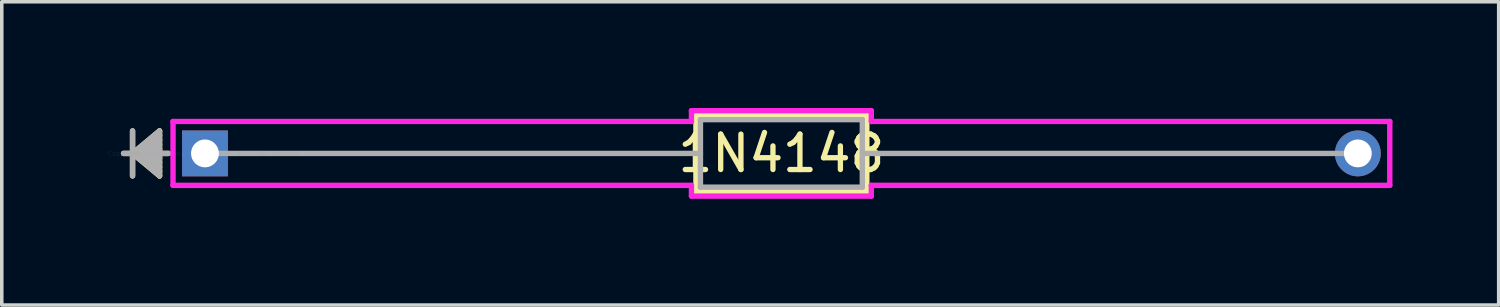
<source format=kicad_pcb>
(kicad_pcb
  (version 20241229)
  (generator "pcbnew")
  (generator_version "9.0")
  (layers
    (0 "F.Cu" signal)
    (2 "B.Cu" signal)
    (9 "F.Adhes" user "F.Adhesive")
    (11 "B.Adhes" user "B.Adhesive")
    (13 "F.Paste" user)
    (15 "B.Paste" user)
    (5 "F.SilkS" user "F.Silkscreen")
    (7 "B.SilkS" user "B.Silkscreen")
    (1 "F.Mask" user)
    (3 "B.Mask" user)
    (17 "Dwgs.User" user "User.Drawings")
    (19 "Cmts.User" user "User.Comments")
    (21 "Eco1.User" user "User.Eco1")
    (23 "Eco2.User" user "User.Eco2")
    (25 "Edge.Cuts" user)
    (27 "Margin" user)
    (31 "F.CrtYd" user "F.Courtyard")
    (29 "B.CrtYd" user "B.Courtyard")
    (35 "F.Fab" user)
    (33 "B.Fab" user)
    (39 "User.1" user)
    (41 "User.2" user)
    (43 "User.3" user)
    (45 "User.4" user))
  (footprint "1N4148"
    (layer "F.Cu")
    (at 2.739 1.283)
    (property "Reference" "1N4148" (at 16.281 0 0) (layer "F.SilkS") (effects (font (size 1 1) (thickness 0.15))))
    (attr through_hole)
    (fp_line (start -2.045 -0.635) (end -2.045 0.635) (stroke (width 0.152) (type solid)) (layer "F.SilkS"))
    (fp_line (start -2.045 0) (end -1.283 -0.635) (stroke (width 0.152) (type solid)) (layer "F.SilkS"))
    (fp_line (start -2.045 0) (end -1.283 -0.508) (stroke (width 0.152) (type solid)) (layer "F.SilkS"))
    (fp_line (start -2.045 0) (end -1.283 -0.381) (stroke (width 0.152) (type solid)) (layer "F.SilkS"))
    (fp_line (start -2.045 0) (end -1.283 -0.254) (stroke (width 0.152) (type solid)) (layer "F.SilkS"))
    (fp_line (start -2.045 0) (end -1.283 -0.127) (stroke (width 0.152) (type solid)) (layer "F.SilkS"))
    (fp_line (start -2.045 0) (end -1.283 0.127) (stroke (width 0.152) (type solid)) (layer "F.SilkS"))
    (fp_line (start -2.045 0) (end -1.283 0.254) (stroke (width 0.152) (type solid)) (layer "F.SilkS"))
    (fp_line (start -2.045 0) (end -1.283 0.381) (stroke (width 0.152) (type solid)) (layer "F.SilkS"))
    (fp_line (start -2.045 0) (end -1.283 0.508) (stroke (width 0.152) (type solid)) (layer "F.SilkS"))
    (fp_line (start -2.045 0) (end -1.283 0.635) (stroke (width 0.152) (type solid)) (layer "F.SilkS"))
    (fp_line (start -1.283 -0.635) (end -1.283 0.635) (stroke (width 0.152) (type solid)) (layer "F.SilkS"))
    (fp_line (start -1.029 0) (end -2.299 0) (stroke (width 0.152) (type solid)) (layer "F.SilkS"))
    (fp_line (start 13.868 -1.079) (end 13.868 1.079) (stroke (width 0.152) (type solid)) (layer "F.SilkS"))
    (fp_line (start 13.868 1.079) (end 18.694 1.079) (stroke (width 0.152) (type solid)) (layer "F.SilkS"))
    (fp_line (start 18.694 -1.079) (end 13.868 -1.079) (stroke (width 0.152) (type solid)) (layer "F.SilkS"))
    (fp_line (start 18.694 1.079) (end 18.694 -1.079) (stroke (width 0.152) (type solid)) (layer "F.SilkS"))
    (fp_line (start -0.902 -0.902) (end 13.741 -0.902) (stroke (width 0.152) (type solid)) (layer "F.CrtYd"))
    (fp_line (start -0.902 0.902) (end -0.902 -0.902) (stroke (width 0.152) (type solid)) (layer "F.CrtYd"))
    (fp_line (start 13.741 -1.206) (end 18.821 -1.206) (stroke (width 0.152) (type solid)) (layer "F.CrtYd"))
    (fp_line (start 13.741 -0.902) (end 13.741 -1.206) (stroke (width 0.152) (type solid)) (layer "F.CrtYd"))
    (fp_line (start 13.741 0.902) (end -0.902 0.902) (stroke (width 0.152) (type solid)) (layer "F.CrtYd"))
    (fp_line (start 13.741 1.206) (end 13.741 0.902) (stroke (width 0.152) (type solid)) (layer "F.CrtYd"))
    (fp_line (start 18.821 -1.206) (end 18.821 -0.902) (stroke (width 0.152) (type solid)) (layer "F.CrtYd"))
    (fp_line (start 18.821 -0.902) (end 33.465 -0.902) (stroke (width 0.152) (type solid)) (layer "F.CrtYd"))
    (fp_line (start 18.821 0.902) (end 18.821 1.206) (stroke (width 0.152) (type solid)) (layer "F.CrtYd"))
    (fp_line (start 18.821 1.206) (end 13.741 1.206) (stroke (width 0.152) (type solid)) (layer "F.CrtYd"))
    (fp_line (start 33.465 -0.902) (end 33.465 0.902) (stroke (width 0.152) (type solid)) (layer "F.CrtYd"))
    (fp_line (start 33.465 0.902) (end 18.821 0.902) (stroke (width 0.152) (type solid)) (layer "F.CrtYd"))
    (fp_line (start -2.045 -0.635) (end -2.045 0.635) (stroke (width 0.152) (type solid)) (layer "F.Fab"))
    (fp_line (start -2.045 0) (end -1.283 -0.635) (stroke (width 0.152) (type solid)) (layer "F.Fab"))
    (fp_line (start -2.045 0) (end -1.283 -0.508) (stroke (width 0.152) (type solid)) (layer "F.Fab"))
    (fp_line (start -2.045 0) (end -1.283 -0.381) (stroke (width 0.152) (type solid)) (layer "F.Fab"))
    (fp_line (start -2.045 0) (end -1.283 -0.254) (stroke (width 0.152) (type solid)) (layer "F.Fab"))
    (fp_line (start -2.045 0) (end -1.283 -0.127) (stroke (width 0.152) (type solid)) (layer "F.Fab"))
    (fp_line (start -2.045 0) (end -1.283 0.127) (stroke (width 0.152) (type solid)) (layer "F.Fab"))
    (fp_line (start -2.045 0) (end -1.283 0.254) (stroke (width 0.152) (type solid)) (layer "F.Fab"))
    (fp_line (start -2.045 0) (end -1.283 0.381) (stroke (width 0.152) (type solid)) (layer "F.Fab"))
    (fp_line (start -2.045 0) (end -1.283 0.508) (stroke (width 0.152) (type solid)) (layer "F.Fab"))
    (fp_line (start -2.045 0) (end -1.283 0.635) (stroke (width 0.152) (type solid)) (layer "F.Fab"))
    (fp_line (start -1.283 -0.635) (end -1.283 0.635) (stroke (width 0.152) (type solid)) (layer "F.Fab"))
    (fp_line (start -1.029 0) (end -2.299 0) (stroke (width 0.152) (type solid)) (layer "F.Fab"))
    (fp_line (start 0 0) (end 13.995 0) (stroke (width 0.152) (type solid)) (layer "F.Fab"))
    (fp_line (start 13.995 -0.953) (end 13.995 0.953) (stroke (width 0.152) (type solid)) (layer "F.Fab"))
    (fp_line (start 13.995 0.953) (end 18.567 0.953) (stroke (width 0.152) (type solid)) (layer "F.Fab"))
    (fp_line (start 18.567 -0.953) (end 13.995 -0.953) (stroke (width 0.152) (type solid)) (layer "F.Fab"))
    (fp_line (start 18.567 0.953) (end 18.567 -0.953) (stroke (width 0.152) (type solid)) (layer "F.Fab"))
    (fp_line (start 32.563 0) (end 18.567 0) (stroke (width 0.152) (type solid)) (layer "F.Fab"))
    (fp_text user "Copyright 2016 Accelerated Designs. All rights reserved." (at 0 0 0) (layer "Cmts.User") (effects (font (size 0.127 0.127) (thickness 0.002))))
    (pad "A" thru_hole circle (at 32.563 0) (size 1.295 1.295) (drill 0.787) (layers "*.Cu" "*.Mask"))
    (pad "K" thru_hole rect (at 0 0) (size 1.295 1.295) (drill 0.787) (layers "*.Cu" "*.Mask")))
  (gr_rect
    (start -3 -3)
    (end 39.28 5.565)
    (stroke (width 0.1) (type default))
    (fill no)
    (layer "Edge.Cuts")))
</source>
